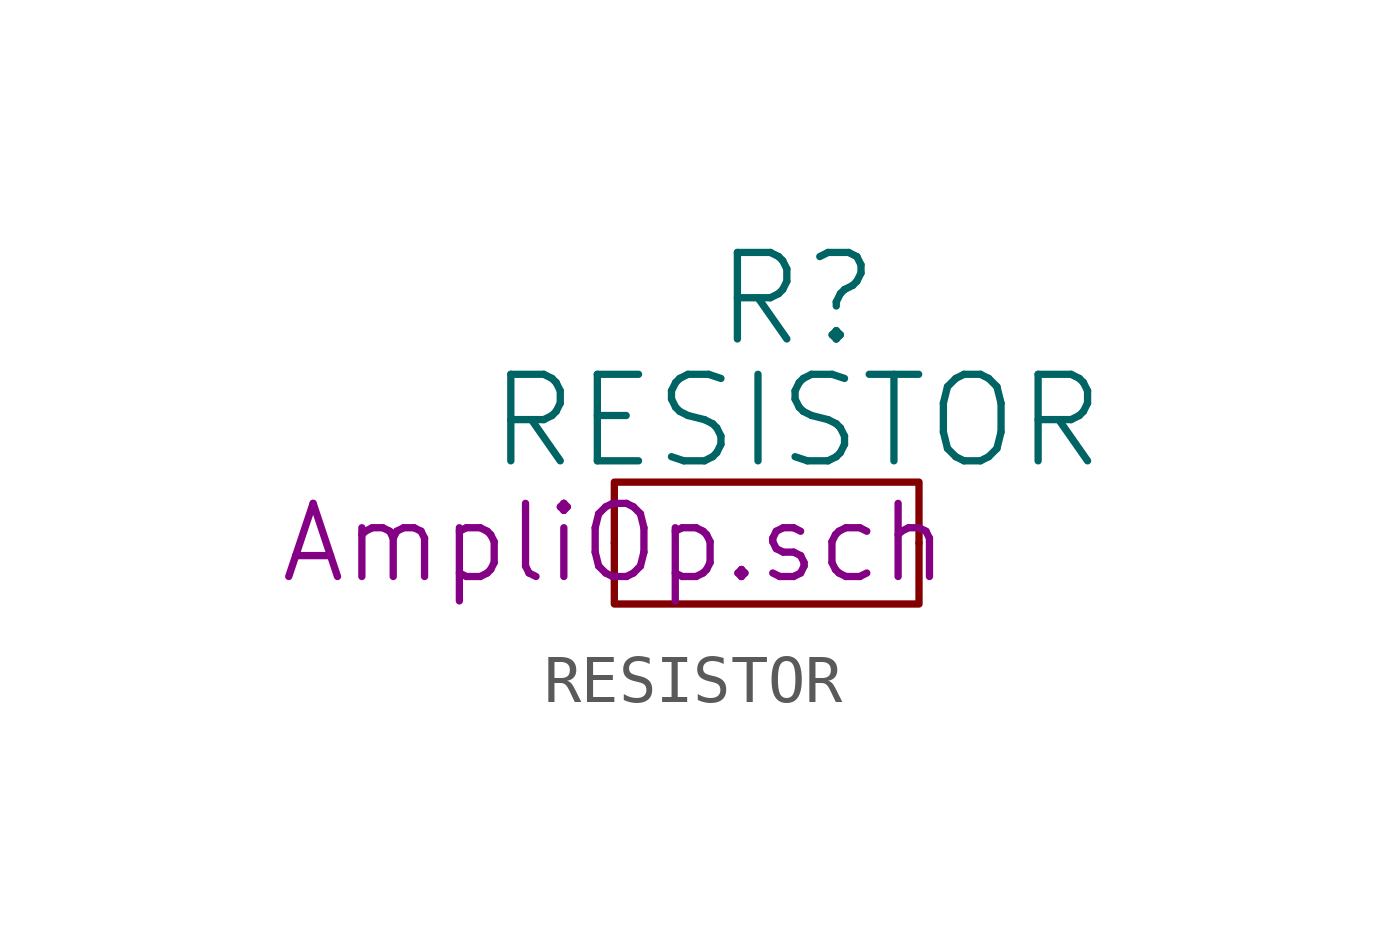
<source format=kicad_sym>
(kicad_symbol_lib
  (version 20211014)
  (generator kicad_symbol_editor)
  (symbol "RESISTOR"
    (pin_numbers hide)
    (property "Reference" "R"
      (at 3.81 5.08 0)
      (effects (font (size 1.803 1.803))))
    (property "Value" "RESISTOR"
      (at 3.81 2.54 0)
      (effects (font (size 1.803 1.803))))
    (property "Footprint" ""
      (at 0 0 0)
      (effects (font (size 1.524 1.524))))
    (property "Datasheet" "AmpliOp.sch"
      (at 0 0 0)
      (effects (font (size 1.524 1.524))))
    (symbol "RESISTOR_0_1"
      (rectangle (start 0 1.27) (end 6.35 -1.27) (stroke (width 0) (type default) (color 0 0 0 0)) (fill (type none))))
    (symbol "RESISTOR_1_1"
      (pin passive line (at 0 0 0) (length 0) (name "~" (effects (font (size 1.27 1.27)))) (number "1" (effects (font (size 1.27 1.27)))))
      (pin passive line (at 6.35 0 180) (length 0) (name "~" (effects (font (size 1.27 1.27)))) (number "2" (effects (font (size 1.27 1.27))))))))
</source>
